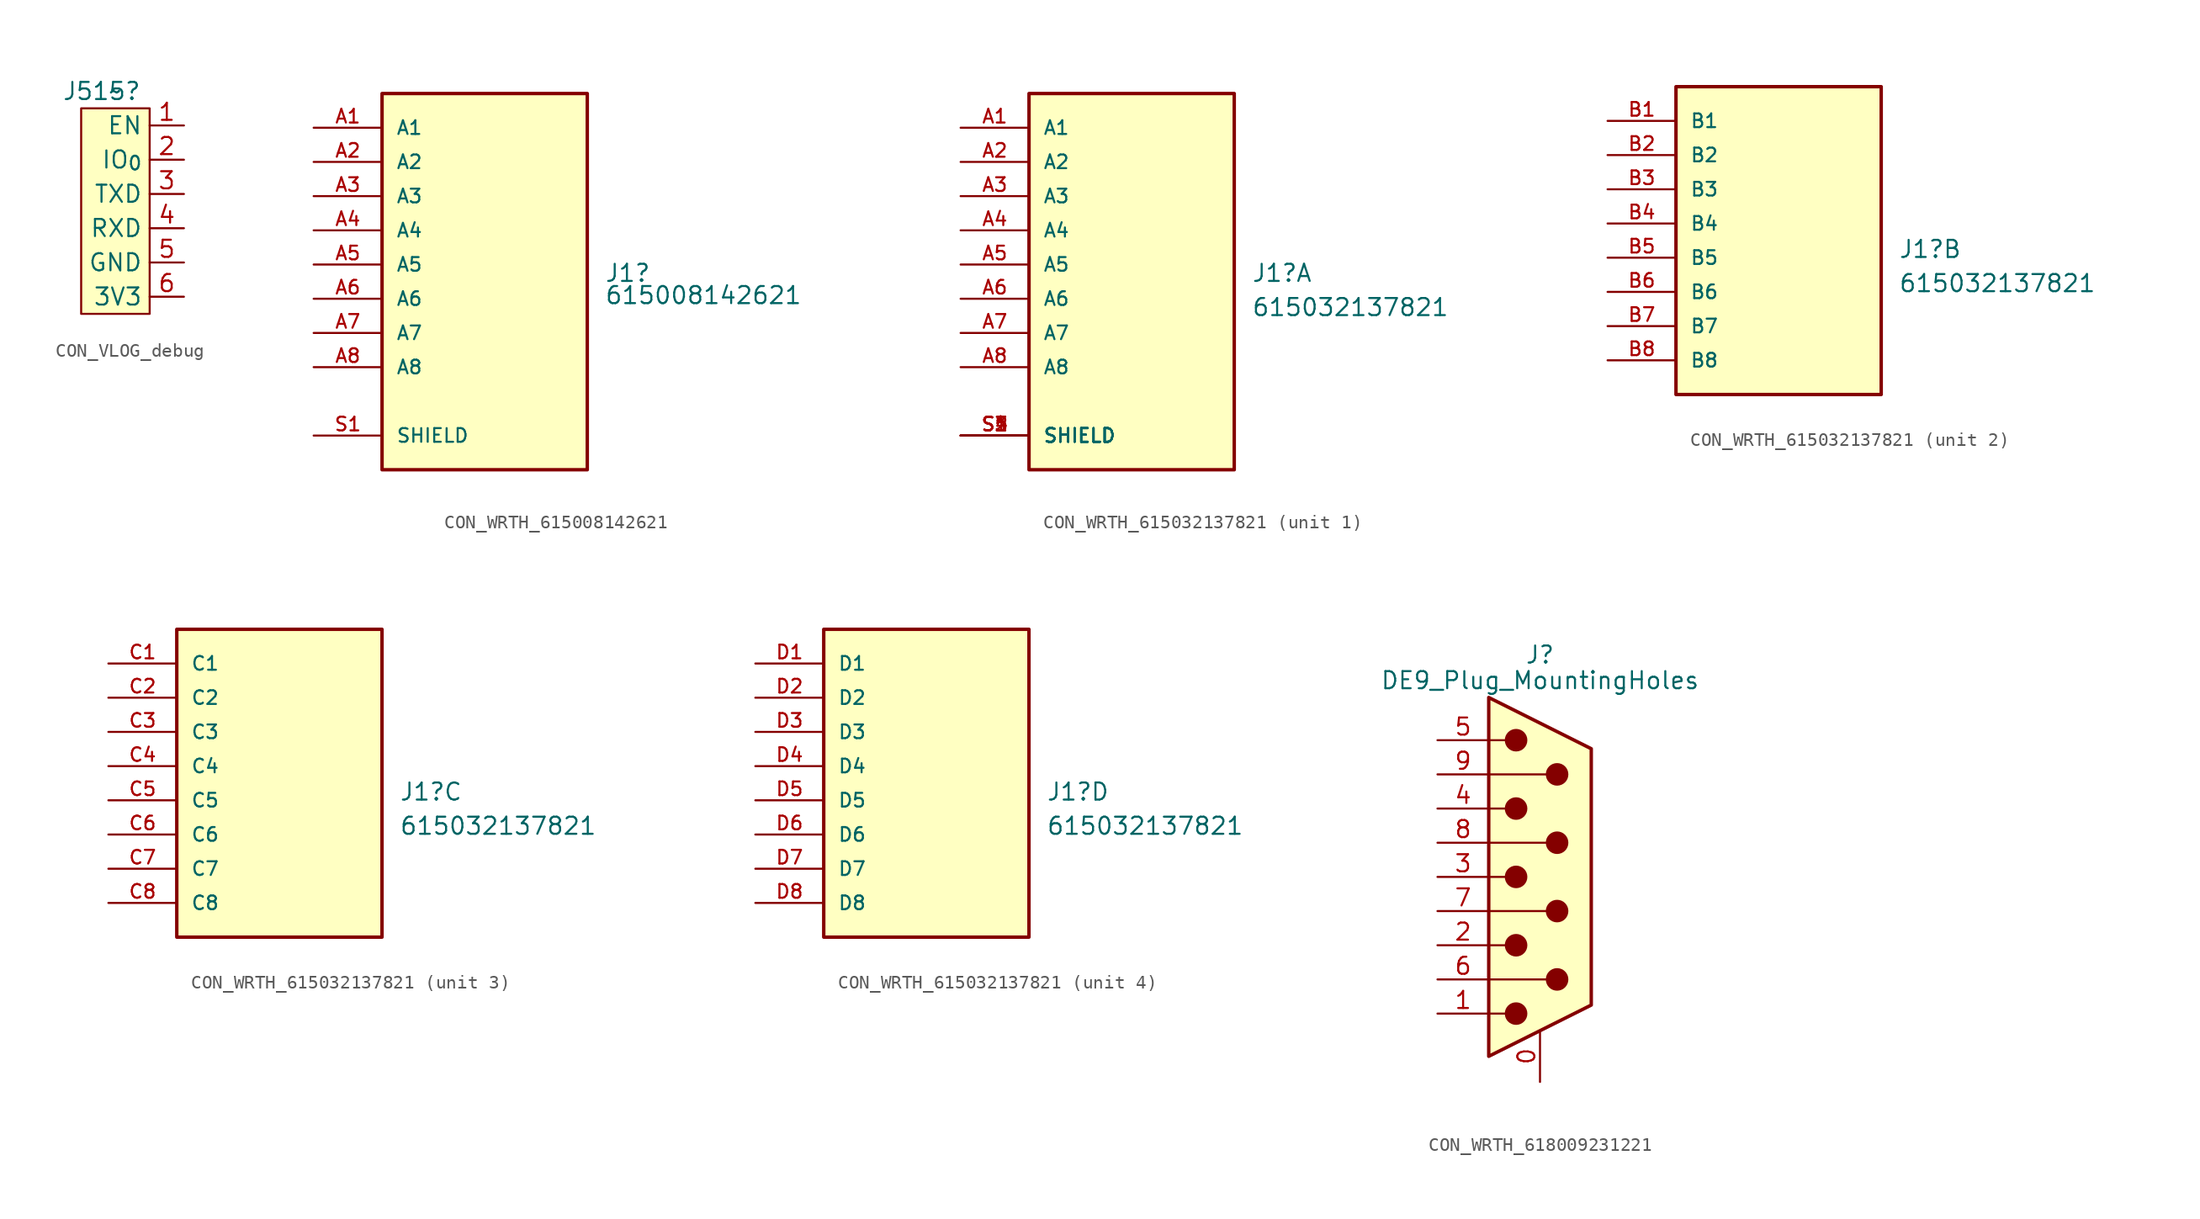
<source format=kicad_sym>
(kicad_symbol_lib
  (version 20231120)
  (generator "kicad_symbol_editor")
  (generator_version "8.0")
  (symbol "CON_VLOG_debug"
    (property "Reference" "J515"
      (at 1.524 10.16 0)
      (effects (font (size 1.27 1.27))))
    (property "Value" "~"
      (at 2.54 10.16 0)
      (effects (font (size 1.27 1.27))))
    (symbol "CON_VLOG_debug_0_1"
      (rectangle (start 0 8.89) (end 5.08 -6.35) (stroke (width 0) (type default)) (fill (type background))))
    (symbol "CON_VLOG_debug_1_1"
      (pin open_collector line (at 7.62 7.62 180) (length 2.54) (name "EN" (effects (font (size 1.27 1.27)))) (number "1" (effects (font (size 1.27 1.27)))))
      (pin open_collector line (at 7.62 5.08 180) (length 2.54) (name "IO_{0}" (effects (font (size 1.27 1.27)))) (number "2" (effects (font (size 1.27 1.27)))))
      (pin output line (at 7.62 2.54 180) (length 2.54) (name "TXD" (effects (font (size 1.27 1.27)))) (number "3" (effects (font (size 1.27 1.27)))))
      (pin input line (at 7.62 0 180) (length 2.54) (name "RXD" (effects (font (size 1.27 1.27)))) (number "4" (effects (font (size 1.27 1.27)))))
      (pin power_in line (at 7.62 -2.54 180) (length 2.54) (name "GND" (effects (font (size 1.27 1.27)))) (number "5" (effects (font (size 1.27 1.27)))))
      (pin power_out line (at 7.62 -5.08 180) (length 2.54) (name "3V3" (effects (font (size 1.27 1.27)))) (number "6" (effects (font (size 1.27 1.27)))))))
  (symbol "CON_WRTH_615008142621"
    (pin_names
      (offset 1.016))
    (property "Reference" "J1"
      (at 8.89 0.635 0)
      (effects (font (size 1.27 1.27)) (justify left)))
    (property "Value" "615008142621"
      (at 8.89 -1.016 0)
      (effects (font (size 1.27 1.27)) (justify left)))
    (symbol "CON_WRTH_615008142621_1_0"
      (rectangle (start -7.62 -13.97) (end 7.62 13.97) (stroke (width 0.254) (type default)) (fill (type background)))
      (pin passive line (at -12.7 11.43 0) (length 5.08) (name "A1" (effects (font (size 1.016 1.016)))) (number "A1" (effects (font (size 1.016 1.016)))))
      (pin passive line (at -12.7 8.89 0) (length 5.08) (name "A2" (effects (font (size 1.016 1.016)))) (number "A2" (effects (font (size 1.016 1.016)))))
      (pin passive line (at -12.7 6.35 0) (length 5.08) (name "A3" (effects (font (size 1.016 1.016)))) (number "A3" (effects (font (size 1.016 1.016)))))
      (pin passive line (at -12.7 3.81 0) (length 5.08) (name "A4" (effects (font (size 1.016 1.016)))) (number "A4" (effects (font (size 1.016 1.016)))))
      (pin passive line (at -12.7 1.27 0) (length 5.08) (name "A5" (effects (font (size 1.016 1.016)))) (number "A5" (effects (font (size 1.016 1.016)))))
      (pin passive line (at -12.7 -1.27 0) (length 5.08) (name "A6" (effects (font (size 1.016 1.016)))) (number "A6" (effects (font (size 1.016 1.016)))))
      (pin passive line (at -12.7 -3.81 0) (length 5.08) (name "A7" (effects (font (size 1.016 1.016)))) (number "A7" (effects (font (size 1.016 1.016)))))
      (pin passive line (at -12.7 -6.35 0) (length 5.08) (name "A8" (effects (font (size 1.016 1.016)))) (number "A8" (effects (font (size 1.016 1.016)))))
      (pin passive line (at -12.7 -11.43 0) (length 5.08) (name "SHIELD" (effects (font (size 1.016 1.016)))) (number "S1" (effects (font (size 1.016 1.016)))))))
  (symbol "CON_WRTH_615032137821"
    (pin_names
      (offset 1.016))
    (property "Reference" "J1"
      (at 8.89 0.635 0)
      (effects (font (size 1.27 1.27)) (justify left)))
    (property "Value" "615032137821"
      (at 8.89 -1.905 0)
      (effects (font (size 1.27 1.27)) (justify left)))
    (symbol "CON_WRTH_615032137821_1_0"
      (rectangle (start -7.62 -13.97) (end 7.62 13.97) (stroke (width 0.254) (type default)) (fill (type background)))
      (pin passive line (at -12.7 11.43 0) (length 5.08) (name "A1" (effects (font (size 1.016 1.016)))) (number "A1" (effects (font (size 1.016 1.016)))))
      (pin passive line (at -12.7 8.89 0) (length 5.08) (name "A2" (effects (font (size 1.016 1.016)))) (number "A2" (effects (font (size 1.016 1.016)))))
      (pin passive line (at -12.7 6.35 0) (length 5.08) (name "A3" (effects (font (size 1.016 1.016)))) (number "A3" (effects (font (size 1.016 1.016)))))
      (pin passive line (at -12.7 3.81 0) (length 5.08) (name "A4" (effects (font (size 1.016 1.016)))) (number "A4" (effects (font (size 1.016 1.016)))))
      (pin passive line (at -12.7 1.27 0) (length 5.08) (name "A5" (effects (font (size 1.016 1.016)))) (number "A5" (effects (font (size 1.016 1.016)))))
      (pin passive line (at -12.7 -1.27 0) (length 5.08) (name "A6" (effects (font (size 1.016 1.016)))) (number "A6" (effects (font (size 1.016 1.016)))))
      (pin passive line (at -12.7 -3.81 0) (length 5.08) (name "A7" (effects (font (size 1.016 1.016)))) (number "A7" (effects (font (size 1.016 1.016)))))
      (pin passive line (at -12.7 -6.35 0) (length 5.08) (name "A8" (effects (font (size 1.016 1.016)))) (number "A8" (effects (font (size 1.016 1.016)))))
      (pin passive line (at -12.7 -11.43 0) (length 5.08) (name "SHIELD" (effects (font (size 1.016 1.016)))) (number "S1" (effects (font (size 1.016 1.016)))))
      (pin passive line (at -12.7 -11.43 0) (length 5.08) (name "SHIELD" (effects (font (size 1.016 1.016)))) (number "S2" (effects (font (size 1.016 1.016)))))
      (pin passive line (at -12.7 -11.43 0) (length 5.08) (name "SHIELD" (effects (font (size 1.016 1.016)))) (number "S3" (effects (font (size 1.016 1.016)))))
      (pin passive line (at -12.7 -11.43 0) (length 5.08) (name "SHIELD" (effects (font (size 1.016 1.016)))) (number "S4" (effects (font (size 1.016 1.016)))))
      (pin passive line (at -12.7 -11.43 0) (length 5.08) (name "SHIELD" (effects (font (size 1.016 1.016)))) (number "S5" (effects (font (size 1.016 1.016))))))
    (symbol "CON_WRTH_615032137821_2_0"
      (rectangle (start -7.62 -10.16) (end 7.62 12.7) (stroke (width 0.254) (type default)) (fill (type background)))
      (pin passive line (at -12.7 10.16 0) (length 5.08) (name "B1" (effects (font (size 1.016 1.016)))) (number "B1" (effects (font (size 1.016 1.016)))))
      (pin passive line (at -12.7 7.62 0) (length 5.08) (name "B2" (effects (font (size 1.016 1.016)))) (number "B2" (effects (font (size 1.016 1.016)))))
      (pin passive line (at -12.7 5.08 0) (length 5.08) (name "B3" (effects (font (size 1.016 1.016)))) (number "B3" (effects (font (size 1.016 1.016)))))
      (pin passive line (at -12.7 2.54 0) (length 5.08) (name "B4" (effects (font (size 1.016 1.016)))) (number "B4" (effects (font (size 1.016 1.016)))))
      (pin passive line (at -12.7 0 0) (length 5.08) (name "B5" (effects (font (size 1.016 1.016)))) (number "B5" (effects (font (size 1.016 1.016)))))
      (pin passive line (at -12.7 -2.54 0) (length 5.08) (name "B6" (effects (font (size 1.016 1.016)))) (number "B6" (effects (font (size 1.016 1.016)))))
      (pin passive line (at -12.7 -5.08 0) (length 5.08) (name "B7" (effects (font (size 1.016 1.016)))) (number "B7" (effects (font (size 1.016 1.016)))))
      (pin passive line (at -12.7 -7.62 0) (length 5.08) (name "B8" (effects (font (size 1.016 1.016)))) (number "B8" (effects (font (size 1.016 1.016))))))
    (symbol "CON_WRTH_615032137821_3_0"
      (rectangle (start -7.62 -10.16) (end 7.62 12.7) (stroke (width 0.254) (type default)) (fill (type background)))
      (pin passive line (at -12.7 10.16 0) (length 5.08) (name "C1" (effects (font (size 1.016 1.016)))) (number "C1" (effects (font (size 1.016 1.016)))))
      (pin passive line (at -12.7 7.62 0) (length 5.08) (name "C2" (effects (font (size 1.016 1.016)))) (number "C2" (effects (font (size 1.016 1.016)))))
      (pin passive line (at -12.7 5.08 0) (length 5.08) (name "C3" (effects (font (size 1.016 1.016)))) (number "C3" (effects (font (size 1.016 1.016)))))
      (pin passive line (at -12.7 2.54 0) (length 5.08) (name "C4" (effects (font (size 1.016 1.016)))) (number "C4" (effects (font (size 1.016 1.016)))))
      (pin passive line (at -12.7 0 0) (length 5.08) (name "C5" (effects (font (size 1.016 1.016)))) (number "C5" (effects (font (size 1.016 1.016)))))
      (pin passive line (at -12.7 -2.54 0) (length 5.08) (name "C6" (effects (font (size 1.016 1.016)))) (number "C6" (effects (font (size 1.016 1.016)))))
      (pin passive line (at -12.7 -5.08 0) (length 5.08) (name "C7" (effects (font (size 1.016 1.016)))) (number "C7" (effects (font (size 1.016 1.016)))))
      (pin passive line (at -12.7 -7.62 0) (length 5.08) (name "C8" (effects (font (size 1.016 1.016)))) (number "C8" (effects (font (size 1.016 1.016))))))
    (symbol "CON_WRTH_615032137821_4_0"
      (rectangle (start -7.62 -10.16) (end 7.62 12.7) (stroke (width 0.254) (type default)) (fill (type background)))
      (pin passive line (at -12.7 10.16 0) (length 5.08) (name "D1" (effects (font (size 1.016 1.016)))) (number "D1" (effects (font (size 1.016 1.016)))))
      (pin passive line (at -12.7 7.62 0) (length 5.08) (name "D2" (effects (font (size 1.016 1.016)))) (number "D2" (effects (font (size 1.016 1.016)))))
      (pin passive line (at -12.7 5.08 0) (length 5.08) (name "D3" (effects (font (size 1.016 1.016)))) (number "D3" (effects (font (size 1.016 1.016)))))
      (pin passive line (at -12.7 2.54 0) (length 5.08) (name "D4" (effects (font (size 1.016 1.016)))) (number "D4" (effects (font (size 1.016 1.016)))))
      (pin passive line (at -12.7 0 0) (length 5.08) (name "D5" (effects (font (size 1.016 1.016)))) (number "D5" (effects (font (size 1.016 1.016)))))
      (pin passive line (at -12.7 -2.54 0) (length 5.08) (name "D6" (effects (font (size 1.016 1.016)))) (number "D6" (effects (font (size 1.016 1.016)))))
      (pin passive line (at -12.7 -5.08 0) (length 5.08) (name "D7" (effects (font (size 1.016 1.016)))) (number "D7" (effects (font (size 1.016 1.016)))))
      (pin passive line (at -12.7 -7.62 0) (length 5.08) (name "D8" (effects (font (size 1.016 1.016)))) (number "D8" (effects (font (size 1.016 1.016)))))))
  (symbol "CON_WRTH_618009231221"
    (pin_names
      (offset 1.016) hide)
    (property "Reference" "J"
      (at 0 16.51 0)
      (effects (font (size 1.27 1.27))))
    (property "Value" "DE9_Plug_MountingHoles"
      (at 0 14.605 0)
      (effects (font (size 1.27 1.27))))
    (symbol "CON_WRTH_618009231221_0_1"
      (circle (center -1.778 -10.16) (radius 0.762) (stroke (width 0) (type default)) (fill (type outline)))
      (circle (center -1.778 -5.08) (radius 0.762) (stroke (width 0) (type default)) (fill (type outline)))
      (circle (center -1.778 0) (radius 0.762) (stroke (width 0) (type default)) (fill (type outline)))
      (circle (center -1.778 5.08) (radius 0.762) (stroke (width 0) (type default)) (fill (type outline)))
      (circle (center -1.778 10.16) (radius 0.762) (stroke (width 0) (type default)) (fill (type outline)))
      (polyline (pts (xy -3.81 -10.16) (xy -2.54 -10.16)) (stroke (width 0) (type default)) (fill (type none)))
      (polyline (pts (xy -3.81 -7.62) (xy 0.508 -7.62)) (stroke (width 0) (type default)) (fill (type none)))
      (polyline (pts (xy -3.81 -5.08) (xy -2.54 -5.08)) (stroke (width 0) (type default)) (fill (type none)))
      (polyline (pts (xy -3.81 -2.54) (xy 0.508 -2.54)) (stroke (width 0) (type default)) (fill (type none)))
      (polyline (pts (xy -3.81 0) (xy -2.54 0)) (stroke (width 0) (type default)) (fill (type none)))
      (polyline (pts (xy -3.81 2.54) (xy 0.508 2.54)) (stroke (width 0) (type default)) (fill (type none)))
      (polyline (pts (xy -3.81 5.08) (xy -2.54 5.08)) (stroke (width 0) (type default)) (fill (type none)))
      (polyline (pts (xy -3.81 7.62) (xy 0.508 7.62)) (stroke (width 0) (type default)) (fill (type none)))
      (polyline (pts (xy -3.81 10.16) (xy -2.54 10.16)) (stroke (width 0) (type default)) (fill (type none)))
      (polyline (pts (xy -3.81 -13.335) (xy -3.81 13.335) (xy 3.81 9.525) (xy 3.81 -9.525) (xy -3.81 -13.335)) (stroke (width 0.254) (type default)) (fill (type background)))
      (circle (center 1.27 -7.62) (radius 0.762) (stroke (width 0) (type default)) (fill (type outline)))
      (circle (center 1.27 -2.54) (radius 0.762) (stroke (width 0) (type default)) (fill (type outline)))
      (circle (center 1.27 2.54) (radius 0.762) (stroke (width 0) (type default)) (fill (type outline)))
      (circle (center 1.27 7.62) (radius 0.762) (stroke (width 0) (type default)) (fill (type outline))))
    (symbol "CON_WRTH_618009231221_1_1"
      (pin passive line (at 0 -15.24 90) (length 3.81) (name "PAD" (effects (font (size 1.27 1.27)))) (number "0" (effects (font (size 1.27 1.27)))))
      (pin passive line (at -7.62 -10.16 0) (length 3.81) (name "1" (effects (font (size 1.27 1.27)))) (number "1" (effects (font (size 1.27 1.27)))))
      (pin passive line (at -7.62 -5.08 0) (length 3.81) (name "2" (effects (font (size 1.27 1.27)))) (number "2" (effects (font (size 1.27 1.27)))))
      (pin passive line (at -7.62 0 0) (length 3.81) (name "3" (effects (font (size 1.27 1.27)))) (number "3" (effects (font (size 1.27 1.27)))))
      (pin passive line (at -7.62 5.08 0) (length 3.81) (name "4" (effects (font (size 1.27 1.27)))) (number "4" (effects (font (size 1.27 1.27)))))
      (pin passive line (at -7.62 10.16 0) (length 3.81) (name "5" (effects (font (size 1.27 1.27)))) (number "5" (effects (font (size 1.27 1.27)))))
      (pin passive line (at -7.62 -7.62 0) (length 3.81) (name "6" (effects (font (size 1.27 1.27)))) (number "6" (effects (font (size 1.27 1.27)))))
      (pin passive line (at -7.62 -2.54 0) (length 3.81) (name "7" (effects (font (size 1.27 1.27)))) (number "7" (effects (font (size 1.27 1.27)))))
      (pin passive line (at -7.62 2.54 0) (length 3.81) (name "8" (effects (font (size 1.27 1.27)))) (number "8" (effects (font (size 1.27 1.27)))))
      (pin passive line (at -7.62 7.62 0) (length 3.81) (name "9" (effects (font (size 1.27 1.27)))) (number "9" (effects (font (size 1.27 1.27))))))))
</source>
